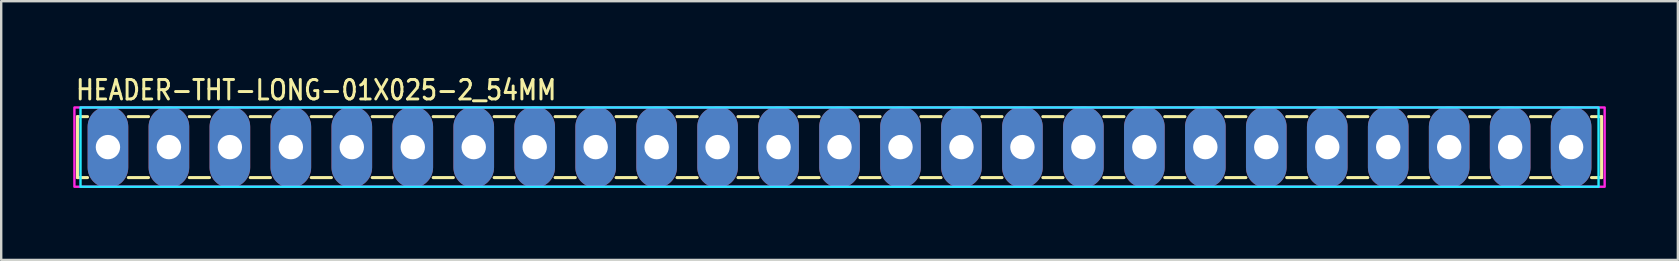
<source format=kicad_pcb>
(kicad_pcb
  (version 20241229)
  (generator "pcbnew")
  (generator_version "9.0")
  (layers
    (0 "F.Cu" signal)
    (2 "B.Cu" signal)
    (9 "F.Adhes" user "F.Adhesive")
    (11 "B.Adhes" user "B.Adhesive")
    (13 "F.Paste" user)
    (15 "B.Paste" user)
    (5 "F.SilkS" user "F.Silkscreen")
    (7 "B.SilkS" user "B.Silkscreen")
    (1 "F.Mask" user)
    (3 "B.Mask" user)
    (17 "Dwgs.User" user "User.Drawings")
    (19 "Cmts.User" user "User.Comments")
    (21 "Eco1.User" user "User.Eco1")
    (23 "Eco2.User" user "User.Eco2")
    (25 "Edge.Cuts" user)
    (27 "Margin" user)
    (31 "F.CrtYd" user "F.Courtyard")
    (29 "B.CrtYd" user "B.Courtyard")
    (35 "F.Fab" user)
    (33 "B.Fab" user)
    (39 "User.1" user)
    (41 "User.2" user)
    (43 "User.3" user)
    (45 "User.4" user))
  (footprint "HEADER-THT-LONG-01X025-2_54MM"
    (layer "F.Cu")
    (at 1.447 3.079)
    (property "Reference" "HEADER-THT-LONG-01X025-2_54MM" (at -1.4 -1.9 0) (unlocked yes) (layer "F.SilkS") (effects (font (size 0.813 0.695) (thickness 0.122)) (justify left bottom)))
    (fp_line (start -1.27 -1.27) (end -1.27 1.27) (stroke (width 0.127) (type solid)) (layer "F.SilkS"))
    (fp_line (start -1.27 1.27) (end -0.85 1.27) (stroke (width 0.127) (type solid)) (layer "F.SilkS"))
    (fp_line (start -0.85 -1.27) (end -1.27 -1.27) (stroke (width 0.127) (type solid)) (layer "F.SilkS"))
    (fp_line (start 0.85 -1.27) (end 1.69 -1.27) (stroke (width 0.127) (type solid)) (layer "F.SilkS"))
    (fp_line (start 0.85 1.27) (end 1.69 1.27) (stroke (width 0.127) (type solid)) (layer "F.SilkS"))
    (fp_line (start 3.39 -1.27) (end 4.23 -1.27) (stroke (width 0.127) (type solid)) (layer "F.SilkS"))
    (fp_line (start 3.39 1.27) (end 4.23 1.27) (stroke (width 0.127) (type solid)) (layer "F.SilkS"))
    (fp_line (start 5.93 -1.27) (end 6.77 -1.27) (stroke (width 0.127) (type solid)) (layer "F.SilkS"))
    (fp_line (start 5.93 1.27) (end 6.77 1.27) (stroke (width 0.127) (type solid)) (layer "F.SilkS"))
    (fp_line (start 8.47 -1.27) (end 9.31 -1.27) (stroke (width 0.127) (type solid)) (layer "F.SilkS"))
    (fp_line (start 8.47 1.27) (end 9.31 1.27) (stroke (width 0.127) (type solid)) (layer "F.SilkS"))
    (fp_line (start 11.01 -1.27) (end 11.85 -1.27) (stroke (width 0.127) (type solid)) (layer "F.SilkS"))
    (fp_line (start 11.01 1.27) (end 11.85 1.27) (stroke (width 0.127) (type solid)) (layer "F.SilkS"))
    (fp_line (start 13.55 -1.27) (end 14.39 -1.27) (stroke (width 0.127) (type solid)) (layer "F.SilkS"))
    (fp_line (start 13.55 1.27) (end 14.39 1.27) (stroke (width 0.127) (type solid)) (layer "F.SilkS"))
    (fp_line (start 16.09 -1.27) (end 16.93 -1.27) (stroke (width 0.127) (type solid)) (layer "F.SilkS"))
    (fp_line (start 16.09 1.27) (end 16.93 1.27) (stroke (width 0.127) (type solid)) (layer "F.SilkS"))
    (fp_line (start 18.63 -1.27) (end 19.47 -1.27) (stroke (width 0.127) (type solid)) (layer "F.SilkS"))
    (fp_line (start 18.63 1.27) (end 19.47 1.27) (stroke (width 0.127) (type solid)) (layer "F.SilkS"))
    (fp_line (start 21.17 -1.27) (end 22.01 -1.27) (stroke (width 0.127) (type solid)) (layer "F.SilkS"))
    (fp_line (start 21.17 1.27) (end 22.01 1.27) (stroke (width 0.127) (type solid)) (layer "F.SilkS"))
    (fp_line (start 23.71 -1.27) (end 24.55 -1.27) (stroke (width 0.127) (type solid)) (layer "F.SilkS"))
    (fp_line (start 23.71 1.27) (end 24.55 1.27) (stroke (width 0.127) (type solid)) (layer "F.SilkS"))
    (fp_line (start 26.25 -1.27) (end 27.09 -1.27) (stroke (width 0.127) (type solid)) (layer "F.SilkS"))
    (fp_line (start 26.25 1.27) (end 27.09 1.27) (stroke (width 0.127) (type solid)) (layer "F.SilkS"))
    (fp_line (start 28.79 -1.27) (end 29.63 -1.27) (stroke (width 0.127) (type solid)) (layer "F.SilkS"))
    (fp_line (start 28.79 1.27) (end 29.63 1.27) (stroke (width 0.127) (type solid)) (layer "F.SilkS"))
    (fp_line (start 31.33 -1.27) (end 32.17 -1.27) (stroke (width 0.127) (type solid)) (layer "F.SilkS"))
    (fp_line (start 31.33 1.27) (end 32.17 1.27) (stroke (width 0.127) (type solid)) (layer "F.SilkS"))
    (fp_line (start 33.87 -1.27) (end 34.71 -1.27) (stroke (width 0.127) (type solid)) (layer "F.SilkS"))
    (fp_line (start 33.87 1.27) (end 34.71 1.27) (stroke (width 0.127) (type solid)) (layer "F.SilkS"))
    (fp_line (start 36.41 -1.27) (end 37.25 -1.27) (stroke (width 0.127) (type solid)) (layer "F.SilkS"))
    (fp_line (start 36.41 1.27) (end 37.25 1.27) (stroke (width 0.127) (type solid)) (layer "F.SilkS"))
    (fp_line (start 38.95 -1.27) (end 39.79 -1.27) (stroke (width 0.127) (type solid)) (layer "F.SilkS"))
    (fp_line (start 38.95 1.27) (end 39.79 1.27) (stroke (width 0.127) (type solid)) (layer "F.SilkS"))
    (fp_line (start 41.49 -1.27) (end 42.33 -1.27) (stroke (width 0.127) (type solid)) (layer "F.SilkS"))
    (fp_line (start 41.49 1.27) (end 42.33 1.27) (stroke (width 0.127) (type solid)) (layer "F.SilkS"))
    (fp_line (start 44.03 -1.27) (end 44.87 -1.27) (stroke (width 0.127) (type solid)) (layer "F.SilkS"))
    (fp_line (start 44.03 1.27) (end 44.87 1.27) (stroke (width 0.127) (type solid)) (layer "F.SilkS"))
    (fp_line (start 46.57 -1.27) (end 47.41 -1.27) (stroke (width 0.127) (type solid)) (layer "F.SilkS"))
    (fp_line (start 46.57 1.27) (end 47.41 1.27) (stroke (width 0.127) (type solid)) (layer "F.SilkS"))
    (fp_line (start 49.11 -1.27) (end 49.95 -1.27) (stroke (width 0.127) (type solid)) (layer "F.SilkS"))
    (fp_line (start 49.11 1.27) (end 49.95 1.27) (stroke (width 0.127) (type solid)) (layer "F.SilkS"))
    (fp_line (start 51.65 -1.27) (end 52.49 -1.27) (stroke (width 0.127) (type solid)) (layer "F.SilkS"))
    (fp_line (start 51.65 1.27) (end 52.49 1.27) (stroke (width 0.127) (type solid)) (layer "F.SilkS"))
    (fp_line (start 54.19 -1.27) (end 55.03 -1.27) (stroke (width 0.127) (type solid)) (layer "F.SilkS"))
    (fp_line (start 54.19 1.27) (end 55.03 1.27) (stroke (width 0.127) (type solid)) (layer "F.SilkS"))
    (fp_line (start 56.73 -1.27) (end 57.57 -1.27) (stroke (width 0.127) (type solid)) (layer "F.SilkS"))
    (fp_line (start 56.73 1.27) (end 57.57 1.27) (stroke (width 0.127) (type solid)) (layer "F.SilkS"))
    (fp_line (start 59.27 -1.27) (end 60.11 -1.27) (stroke (width 0.127) (type solid)) (layer "F.SilkS"))
    (fp_line (start 59.27 1.27) (end 60.11 1.27) (stroke (width 0.127) (type solid)) (layer "F.SilkS"))
    (fp_line (start 61.81 -1.27) (end 62.23 -1.27) (stroke (width 0.127) (type solid)) (layer "F.SilkS"))
    (fp_line (start 62.23 -1.27) (end 62.23 1.27) (stroke (width 0.127) (type solid)) (layer "F.SilkS"))
    (fp_line (start 62.23 1.27) (end 61.81 1.27) (stroke (width 0.127) (type solid)) (layer "F.SilkS"))
    (fp_poly (pts (xy -1.143 -1.651) (xy 62.103 -1.651) (xy 62.103 1.651) (xy -1.143 1.651)) (stroke (width 0.1) (type solid)) (fill no) (layer "B.CrtYd"))
    (fp_poly (pts (xy -1.397 -1.651) (xy 62.357 -1.651) (xy 62.357 1.651) (xy -1.397 1.651)) (stroke (width 0.1) (type solid)) (fill no) (layer "F.CrtYd"))
    (pad "1" thru_hole oval (at 0 0 90) (size 3.387 1.693) (drill 1.016) (layers "*.Cu" "*.Mask"))
    (pad "2" thru_hole oval (at 2.54 0 90) (size 3.387 1.693) (drill 1.016) (layers "*.Cu" "*.Mask"))
    (pad "3" thru_hole oval (at 5.08 0 90) (size 3.387 1.693) (drill 1.016) (layers "*.Cu" "*.Mask"))
    (pad "4" thru_hole oval (at 7.62 0 90) (size 3.387 1.693) (drill 1.016) (layers "*.Cu" "*.Mask"))
    (pad "5" thru_hole oval (at 10.16 0 90) (size 3.387 1.693) (drill 1.016) (layers "*.Cu" "*.Mask"))
    (pad "6" thru_hole oval (at 12.7 0 90) (size 3.387 1.693) (drill 1.016) (layers "*.Cu" "*.Mask"))
    (pad "7" thru_hole oval (at 15.24 0 90) (size 3.387 1.693) (drill 1.016) (layers "*.Cu" "*.Mask"))
    (pad "8" thru_hole oval (at 17.78 0 90) (size 3.387 1.693) (drill 1.016) (layers "*.Cu" "*.Mask"))
    (pad "9" thru_hole oval (at 20.32 0 90) (size 3.387 1.693) (drill 1.016) (layers "*.Cu" "*.Mask"))
    (pad "10" thru_hole oval (at 22.86 0 90) (size 3.387 1.693) (drill 1.016) (layers "*.Cu" "*.Mask"))
    (pad "11" thru_hole oval (at 25.4 0 90) (size 3.387 1.693) (drill 1.016) (layers "*.Cu" "*.Mask"))
    (pad "12" thru_hole oval (at 27.94 0 90) (size 3.387 1.693) (drill 1.016) (layers "*.Cu" "*.Mask"))
    (pad "13" thru_hole oval (at 30.48 0 90) (size 3.387 1.693) (drill 1.016) (layers "*.Cu" "*.Mask"))
    (pad "14" thru_hole oval (at 33.02 0 90) (size 3.387 1.693) (drill 1.016) (layers "*.Cu" "*.Mask"))
    (pad "15" thru_hole oval (at 35.56 0 90) (size 3.387 1.693) (drill 1.016) (layers "*.Cu" "*.Mask"))
    (pad "16" thru_hole oval (at 38.1 0 90) (size 3.387 1.693) (drill 1.016) (layers "*.Cu" "*.Mask"))
    (pad "17" thru_hole oval (at 40.64 0 90) (size 3.387 1.693) (drill 1.016) (layers "*.Cu" "*.Mask"))
    (pad "18" thru_hole oval (at 43.18 0 90) (size 3.387 1.693) (drill 1.016) (layers "*.Cu" "*.Mask"))
    (pad "19" thru_hole oval (at 45.72 0 90) (size 3.387 1.693) (drill 1.016) (layers "*.Cu" "*.Mask"))
    (pad "20" thru_hole oval (at 48.26 0 90) (size 3.387 1.693) (drill 1.016) (layers "*.Cu" "*.Mask"))
    (pad "21" thru_hole oval (at 50.8 0 90) (size 3.387 1.693) (drill 1.016) (layers "*.Cu" "*.Mask"))
    (pad "22" thru_hole oval (at 53.34 0 90) (size 3.387 1.693) (drill 1.016) (layers "*.Cu" "*.Mask"))
    (pad "23" thru_hole oval (at 55.88 0 90) (size 3.387 1.693) (drill 1.016) (layers "*.Cu" "*.Mask"))
    (pad "24" thru_hole oval (at 58.42 0 90) (size 3.387 1.693) (drill 1.016) (layers "*.Cu" "*.Mask"))
    (pad "25" thru_hole oval (at 60.96 0 90) (size 3.387 1.693) (drill 1.016) (layers "*.Cu" "*.Mask")))
  (gr_rect
    (start -3 -3)
    (end 66.854 7.78)
    (stroke (width 0.1) (type default))
    (fill no)
    (layer "Edge.Cuts")))
</source>
